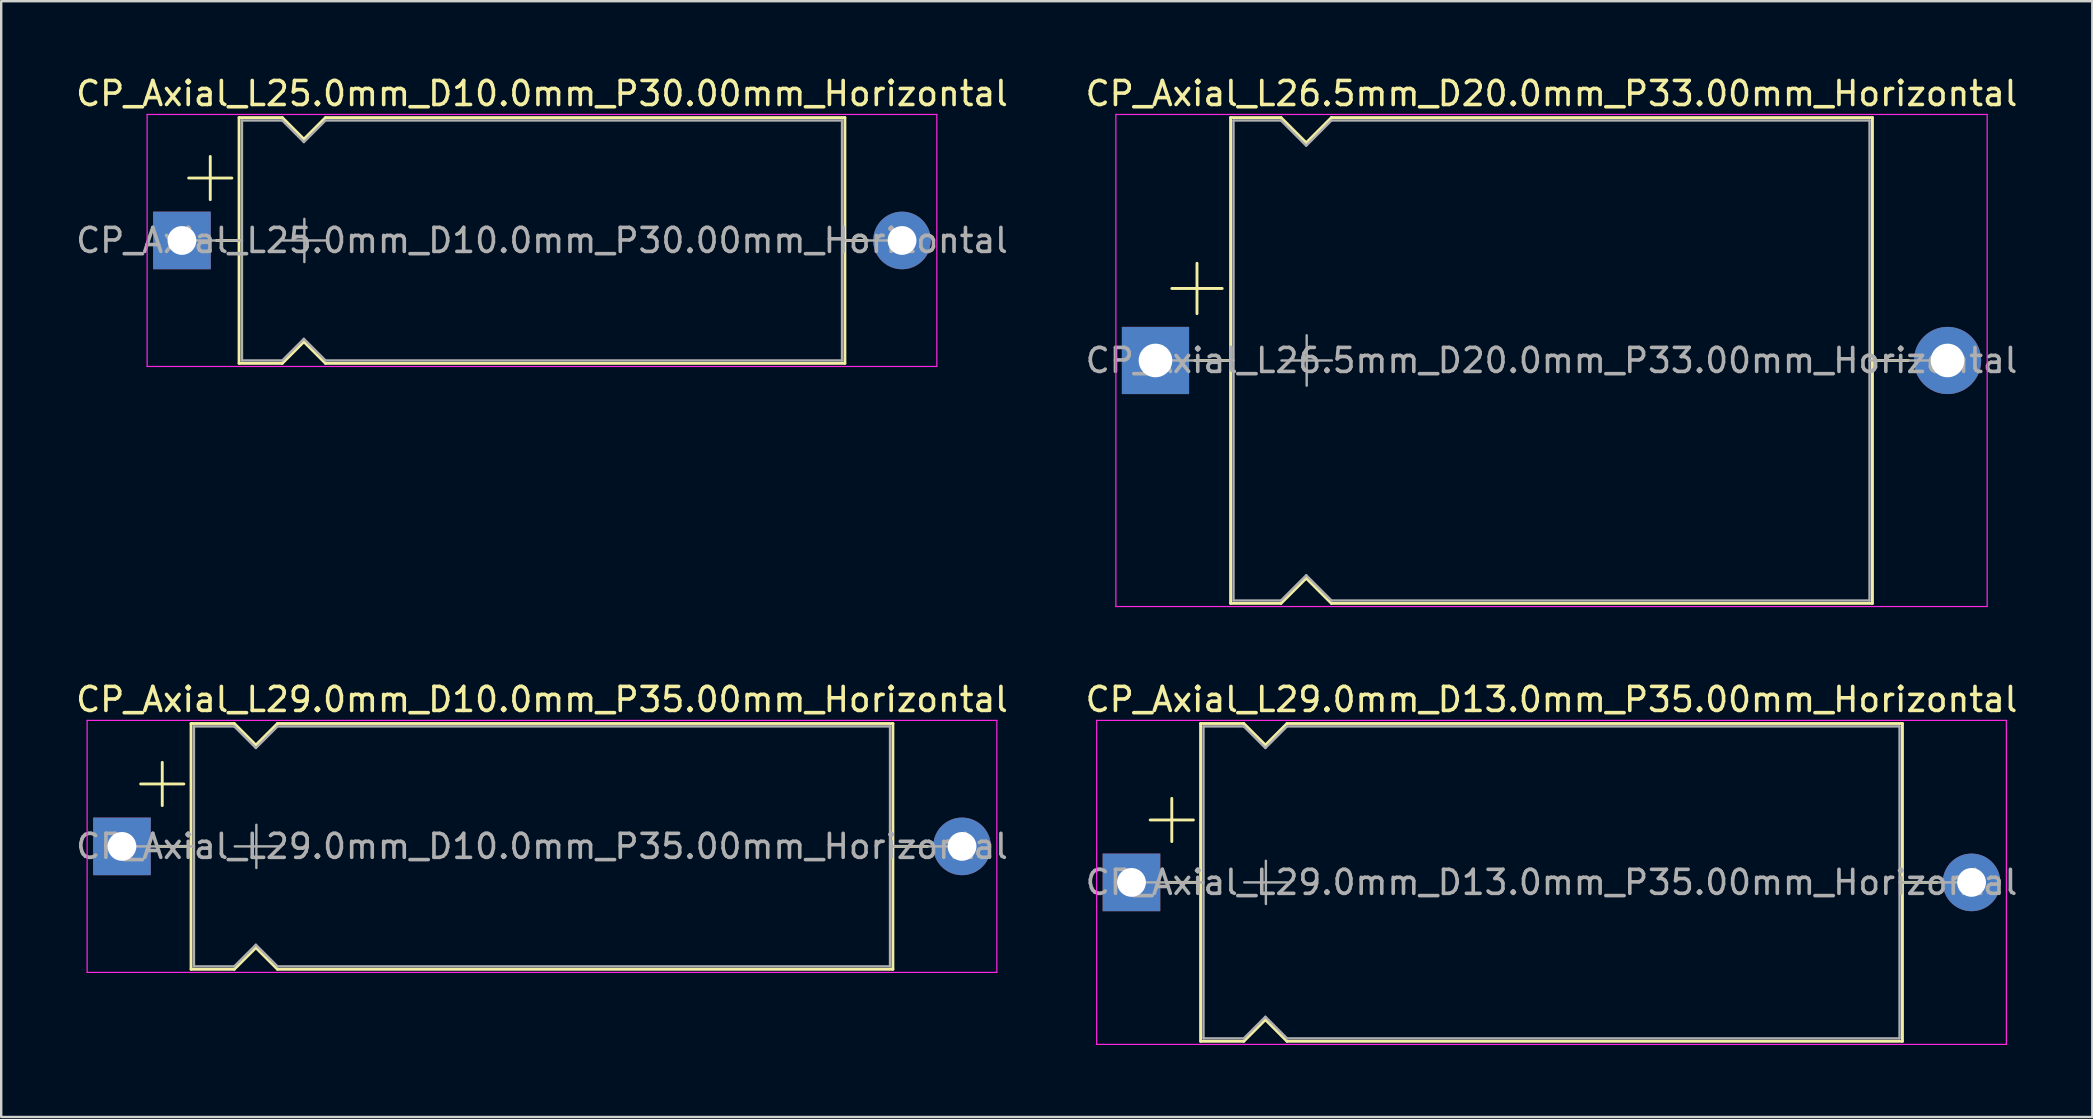
<source format=kicad_pcb>
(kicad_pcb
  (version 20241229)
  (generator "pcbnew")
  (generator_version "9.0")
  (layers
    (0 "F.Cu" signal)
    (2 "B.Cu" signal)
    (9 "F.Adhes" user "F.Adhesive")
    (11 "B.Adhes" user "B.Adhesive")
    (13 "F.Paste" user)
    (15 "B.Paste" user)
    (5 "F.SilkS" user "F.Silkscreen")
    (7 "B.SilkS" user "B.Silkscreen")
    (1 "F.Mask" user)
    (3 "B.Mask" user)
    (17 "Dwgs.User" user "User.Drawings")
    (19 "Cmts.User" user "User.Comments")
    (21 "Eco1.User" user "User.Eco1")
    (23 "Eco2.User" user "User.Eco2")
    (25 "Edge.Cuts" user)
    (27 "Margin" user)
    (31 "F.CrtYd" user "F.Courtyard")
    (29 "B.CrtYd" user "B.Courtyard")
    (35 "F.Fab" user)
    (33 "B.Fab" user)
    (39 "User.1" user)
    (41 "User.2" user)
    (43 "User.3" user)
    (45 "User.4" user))
  (footprint "CP_Axial_L29.0mm_D13.0mm_P35.00mm_Horizontal"
    (layer "F.Cu")
    (at 44.089 33.712)
    (property "Reference" "CP_Axial_L29.0mm_D13.0mm_P35.00mm_Horizontal" (at 17.5 -7.62 0) (layer "F.SilkS") (effects (font (size 1 1) (thickness 0.15))))
    (attr through_hole)
    (fp_line (start 0.78 -2.6) (end 2.58 -2.6) (stroke (width 0.12) (type solid)) (layer "F.SilkS"))
    (fp_line (start 1.44 0) (end 2.88 0) (stroke (width 0.12) (type solid)) (layer "F.SilkS"))
    (fp_line (start 1.68 -3.5) (end 1.68 -1.7) (stroke (width 0.12) (type solid)) (layer "F.SilkS"))
    (fp_line (start 2.88 -6.62) (end 2.88 6.62) (stroke (width 0.12) (type solid)) (layer "F.SilkS"))
    (fp_line (start 2.88 -6.62) (end 4.68 -6.62) (stroke (width 0.12) (type solid)) (layer "F.SilkS"))
    (fp_line (start 2.88 6.62) (end 4.68 6.62) (stroke (width 0.12) (type solid)) (layer "F.SilkS"))
    (fp_line (start 4.68 -6.62) (end 5.58 -5.72) (stroke (width 0.12) (type solid)) (layer "F.SilkS"))
    (fp_line (start 4.68 6.62) (end 5.58 5.72) (stroke (width 0.12) (type solid)) (layer "F.SilkS"))
    (fp_line (start 5.58 -5.72) (end 6.48 -6.62) (stroke (width 0.12) (type solid)) (layer "F.SilkS"))
    (fp_line (start 5.58 5.72) (end 6.48 6.62) (stroke (width 0.12) (type solid)) (layer "F.SilkS"))
    (fp_line (start 6.48 -6.62) (end 32.12 -6.62) (stroke (width 0.12) (type solid)) (layer "F.SilkS"))
    (fp_line (start 6.48 6.62) (end 32.12 6.62) (stroke (width 0.12) (type solid)) (layer "F.SilkS"))
    (fp_line (start 32.12 -6.62) (end 32.12 6.62) (stroke (width 0.12) (type solid)) (layer "F.SilkS"))
    (fp_line (start 33.56 0) (end 32.12 0) (stroke (width 0.12) (type solid)) (layer "F.SilkS"))
    (fp_line (start -1.45 -6.75) (end -1.45 6.75) (stroke (width 0.05) (type solid)) (layer "F.CrtYd"))
    (fp_line (start -1.45 6.75) (end 36.45 6.75) (stroke (width 0.05) (type solid)) (layer "F.CrtYd"))
    (fp_line (start 36.45 -6.75) (end -1.45 -6.75) (stroke (width 0.05) (type solid)) (layer "F.CrtYd"))
    (fp_line (start 36.45 6.75) (end 36.45 -6.75) (stroke (width 0.05) (type solid)) (layer "F.CrtYd"))
    (fp_line (start 0 0) (end 3 0) (stroke (width 0.1) (type solid)) (layer "F.Fab"))
    (fp_line (start 3 -6.5) (end 3 6.5) (stroke (width 0.1) (type solid)) (layer "F.Fab"))
    (fp_line (start 3 -6.5) (end 4.68 -6.5) (stroke (width 0.1) (type solid)) (layer "F.Fab"))
    (fp_line (start 3 6.5) (end 4.68 6.5) (stroke (width 0.1) (type solid)) (layer "F.Fab"))
    (fp_line (start 4.68 -6.5) (end 5.58 -5.6) (stroke (width 0.1) (type solid)) (layer "F.Fab"))
    (fp_line (start 4.68 6.5) (end 5.58 5.6) (stroke (width 0.1) (type solid)) (layer "F.Fab"))
    (fp_line (start 4.7 0) (end 6.5 0) (stroke (width 0.1) (type solid)) (layer "F.Fab"))
    (fp_line (start 5.58 -5.6) (end 6.48 -6.5) (stroke (width 0.1) (type solid)) (layer "F.Fab"))
    (fp_line (start 5.58 5.6) (end 6.48 6.5) (stroke (width 0.1) (type solid)) (layer "F.Fab"))
    (fp_line (start 5.6 -0.9) (end 5.6 0.9) (stroke (width 0.1) (type solid)) (layer "F.Fab"))
    (fp_line (start 6.48 -6.5) (end 32 -6.5) (stroke (width 0.1) (type solid)) (layer "F.Fab"))
    (fp_line (start 6.48 6.5) (end 32 6.5) (stroke (width 0.1) (type solid)) (layer "F.Fab"))
    (fp_line (start 32 -6.5) (end 32 6.5) (stroke (width 0.1) (type solid)) (layer "F.Fab"))
    (fp_line (start 35 0) (end 32 0) (stroke (width 0.1) (type solid)) (layer "F.Fab"))
    (fp_text user "${REFERENCE}" (at 17.5 0 0) (layer "F.Fab") (effects (font (size 1 1) (thickness 0.15))))
    (pad "1" thru_hole rect (at 0 0) (size 2.4 2.4) (drill 1.2) (layers "*.Cu" "*.Mask"))
    (pad "2" thru_hole oval (at 35 0) (size 2.4 2.4) (drill 1.2) (layers "*.Cu" "*.Mask")))
  (footprint "CP_Axial_L25.0mm_D10.0mm_P30.00mm_Horizontal"
    (layer "F.Cu")
    (at 4.53 6.968)
    (property "Reference" "CP_Axial_L25.0mm_D10.0mm_P30.00mm_Horizontal" (at 15 -6.12 0) (layer "F.SilkS") (effects (font (size 1 1) (thickness 0.15))))
    (attr through_hole)
    (fp_line (start 0.28 -2.6) (end 2.08 -2.6) (stroke (width 0.12) (type solid)) (layer "F.SilkS"))
    (fp_line (start 1.18 -3.5) (end 1.18 -1.7) (stroke (width 0.12) (type solid)) (layer "F.SilkS"))
    (fp_line (start 1.44 0) (end 2.38 0) (stroke (width 0.12) (type solid)) (layer "F.SilkS"))
    (fp_line (start 2.38 -5.12) (end 2.38 5.12) (stroke (width 0.12) (type solid)) (layer "F.SilkS"))
    (fp_line (start 2.38 -5.12) (end 4.18 -5.12) (stroke (width 0.12) (type solid)) (layer "F.SilkS"))
    (fp_line (start 2.38 5.12) (end 4.18 5.12) (stroke (width 0.12) (type solid)) (layer "F.SilkS"))
    (fp_line (start 4.18 -5.12) (end 5.08 -4.22) (stroke (width 0.12) (type solid)) (layer "F.SilkS"))
    (fp_line (start 4.18 5.12) (end 5.08 4.22) (stroke (width 0.12) (type solid)) (layer "F.SilkS"))
    (fp_line (start 5.08 -4.22) (end 5.98 -5.12) (stroke (width 0.12) (type solid)) (layer "F.SilkS"))
    (fp_line (start 5.08 4.22) (end 5.98 5.12) (stroke (width 0.12) (type solid)) (layer "F.SilkS"))
    (fp_line (start 5.98 -5.12) (end 27.62 -5.12) (stroke (width 0.12) (type solid)) (layer "F.SilkS"))
    (fp_line (start 5.98 5.12) (end 27.62 5.12) (stroke (width 0.12) (type solid)) (layer "F.SilkS"))
    (fp_line (start 27.62 -5.12) (end 27.62 5.12) (stroke (width 0.12) (type solid)) (layer "F.SilkS"))
    (fp_line (start 28.56 0) (end 27.62 0) (stroke (width 0.12) (type solid)) (layer "F.SilkS"))
    (fp_line (start -1.45 -5.25) (end -1.45 5.25) (stroke (width 0.05) (type solid)) (layer "F.CrtYd"))
    (fp_line (start -1.45 5.25) (end 31.45 5.25) (stroke (width 0.05) (type solid)) (layer "F.CrtYd"))
    (fp_line (start 31.45 -5.25) (end -1.45 -5.25) (stroke (width 0.05) (type solid)) (layer "F.CrtYd"))
    (fp_line (start 31.45 5.25) (end 31.45 -5.25) (stroke (width 0.05) (type solid)) (layer "F.CrtYd"))
    (fp_line (start 0 0) (end 2.5 0) (stroke (width 0.1) (type solid)) (layer "F.Fab"))
    (fp_line (start 2.5 -5) (end 2.5 5) (stroke (width 0.1) (type solid)) (layer "F.Fab"))
    (fp_line (start 2.5 -5) (end 4.18 -5) (stroke (width 0.1) (type solid)) (layer "F.Fab"))
    (fp_line (start 2.5 5) (end 4.18 5) (stroke (width 0.1) (type solid)) (layer "F.Fab"))
    (fp_line (start 4.18 -5) (end 5.08 -4.1) (stroke (width 0.1) (type solid)) (layer "F.Fab"))
    (fp_line (start 4.18 5) (end 5.08 4.1) (stroke (width 0.1) (type solid)) (layer "F.Fab"))
    (fp_line (start 4.2 0) (end 6 0) (stroke (width 0.1) (type solid)) (layer "F.Fab"))
    (fp_line (start 5.08 -4.1) (end 5.98 -5) (stroke (width 0.1) (type solid)) (layer "F.Fab"))
    (fp_line (start 5.08 4.1) (end 5.98 5) (stroke (width 0.1) (type solid)) (layer "F.Fab"))
    (fp_line (start 5.1 -0.9) (end 5.1 0.9) (stroke (width 0.1) (type solid)) (layer "F.Fab"))
    (fp_line (start 5.98 -5) (end 27.5 -5) (stroke (width 0.1) (type solid)) (layer "F.Fab"))
    (fp_line (start 5.98 5) (end 27.5 5) (stroke (width 0.1) (type solid)) (layer "F.Fab"))
    (fp_line (start 27.5 -5) (end 27.5 5) (stroke (width 0.1) (type solid)) (layer "F.Fab"))
    (fp_line (start 30 0) (end 27.5 0) (stroke (width 0.1) (type solid)) (layer "F.Fab"))
    (fp_text user "${REFERENCE}" (at 15 0 0) (layer "F.Fab") (effects (font (size 1 1) (thickness 0.15))))
    (pad "1" thru_hole rect (at 0 0) (size 2.4 2.4) (drill 1.2) (layers "*.Cu" "*.Mask"))
    (pad "2" thru_hole oval (at 30 0) (size 2.4 2.4) (drill 1.2) (layers "*.Cu" "*.Mask")))
  (footprint "CP_Axial_L26.5mm_D20.0mm_P33.00mm_Horizontal"
    (layer "F.Cu")
    (at 45.089 11.968)
    (property "Reference" "CP_Axial_L26.5mm_D20.0mm_P33.00mm_Horizontal" (at 16.5 -11.12 0) (layer "F.SilkS") (effects (font (size 1 1) (thickness 0.15))))
    (attr through_hole)
    (fp_line (start 0.68 -3) (end 2.78 -3) (stroke (width 0.12) (type solid)) (layer "F.SilkS"))
    (fp_line (start 1.64 0) (end 3.13 0) (stroke (width 0.12) (type solid)) (layer "F.SilkS"))
    (fp_line (start 1.73 -4.05) (end 1.73 -1.95) (stroke (width 0.12) (type solid)) (layer "F.SilkS"))
    (fp_line (start 3.13 -10.12) (end 3.13 10.12) (stroke (width 0.12) (type solid)) (layer "F.SilkS"))
    (fp_line (start 3.13 -10.12) (end 5.23 -10.12) (stroke (width 0.12) (type solid)) (layer "F.SilkS"))
    (fp_line (start 3.13 10.12) (end 5.23 10.12) (stroke (width 0.12) (type solid)) (layer "F.SilkS"))
    (fp_line (start 5.23 -10.12) (end 6.28 -9.07) (stroke (width 0.12) (type solid)) (layer "F.SilkS"))
    (fp_line (start 5.23 10.12) (end 6.28 9.07) (stroke (width 0.12) (type solid)) (layer "F.SilkS"))
    (fp_line (start 6.28 -9.07) (end 7.33 -10.12) (stroke (width 0.12) (type solid)) (layer "F.SilkS"))
    (fp_line (start 6.28 9.07) (end 7.33 10.12) (stroke (width 0.12) (type solid)) (layer "F.SilkS"))
    (fp_line (start 7.33 -10.12) (end 29.87 -10.12) (stroke (width 0.12) (type solid)) (layer "F.SilkS"))
    (fp_line (start 7.33 10.12) (end 29.87 10.12) (stroke (width 0.12) (type solid)) (layer "F.SilkS"))
    (fp_line (start 29.87 -10.12) (end 29.87 10.12) (stroke (width 0.12) (type solid)) (layer "F.SilkS"))
    (fp_line (start 31.36 0) (end 29.87 0) (stroke (width 0.12) (type solid)) (layer "F.SilkS"))
    (fp_line (start -1.65 -10.25) (end -1.65 10.25) (stroke (width 0.05) (type solid)) (layer "F.CrtYd"))
    (fp_line (start -1.65 10.25) (end 34.65 10.25) (stroke (width 0.05) (type solid)) (layer "F.CrtYd"))
    (fp_line (start 34.65 -10.25) (end -1.65 -10.25) (stroke (width 0.05) (type solid)) (layer "F.CrtYd"))
    (fp_line (start 34.65 10.25) (end 34.65 -10.25) (stroke (width 0.05) (type solid)) (layer "F.CrtYd"))
    (fp_line (start 0 0) (end 3.25 0) (stroke (width 0.1) (type solid)) (layer "F.Fab"))
    (fp_line (start 3.25 -10) (end 3.25 10) (stroke (width 0.1) (type solid)) (layer "F.Fab"))
    (fp_line (start 3.25 -10) (end 5.23 -10) (stroke (width 0.1) (type solid)) (layer "F.Fab"))
    (fp_line (start 3.25 10) (end 5.23 10) (stroke (width 0.1) (type solid)) (layer "F.Fab"))
    (fp_line (start 5.23 -10) (end 6.28 -8.95) (stroke (width 0.1) (type solid)) (layer "F.Fab"))
    (fp_line (start 5.23 10) (end 6.28 8.95) (stroke (width 0.1) (type solid)) (layer "F.Fab"))
    (fp_line (start 5.25 0) (end 7.35 0) (stroke (width 0.1) (type solid)) (layer "F.Fab"))
    (fp_line (start 6.28 -8.95) (end 7.33 -10) (stroke (width 0.1) (type solid)) (layer "F.Fab"))
    (fp_line (start 6.28 8.95) (end 7.33 10) (stroke (width 0.1) (type solid)) (layer "F.Fab"))
    (fp_line (start 6.3 -1.05) (end 6.3 1.05) (stroke (width 0.1) (type solid)) (layer "F.Fab"))
    (fp_line (start 7.33 -10) (end 29.75 -10) (stroke (width 0.1) (type solid)) (layer "F.Fab"))
    (fp_line (start 7.33 10) (end 29.75 10) (stroke (width 0.1) (type solid)) (layer "F.Fab"))
    (fp_line (start 29.75 -10) (end 29.75 10) (stroke (width 0.1) (type solid)) (layer "F.Fab"))
    (fp_line (start 33 0) (end 29.75 0) (stroke (width 0.1) (type solid)) (layer "F.Fab"))
    (fp_text user "${REFERENCE}" (at 16.5 0 0) (layer "F.Fab") (effects (font (size 1 1) (thickness 0.15))))
    (pad "1" thru_hole rect (at 0 0) (size 2.8 2.8) (drill 1.4) (layers "*.Cu" "*.Mask"))
    (pad "2" thru_hole oval (at 33 0) (size 2.8 2.8) (drill 1.4) (layers "*.Cu" "*.Mask")))
  (footprint "CP_Axial_L29.0mm_D10.0mm_P35.00mm_Horizontal"
    (layer "F.Cu")
    (at 2.03 32.212)
    (property "Reference" "CP_Axial_L29.0mm_D10.0mm_P35.00mm_Horizontal" (at 17.5 -6.12 0) (layer "F.SilkS") (effects (font (size 1 1) (thickness 0.15))))
    (attr through_hole)
    (fp_line (start 0.78 -2.6) (end 2.58 -2.6) (stroke (width 0.12) (type solid)) (layer "F.SilkS"))
    (fp_line (start 1.44 0) (end 2.88 0) (stroke (width 0.12) (type solid)) (layer "F.SilkS"))
    (fp_line (start 1.68 -3.5) (end 1.68 -1.7) (stroke (width 0.12) (type solid)) (layer "F.SilkS"))
    (fp_line (start 2.88 -5.12) (end 2.88 5.12) (stroke (width 0.12) (type solid)) (layer "F.SilkS"))
    (fp_line (start 2.88 -5.12) (end 4.68 -5.12) (stroke (width 0.12) (type solid)) (layer "F.SilkS"))
    (fp_line (start 2.88 5.12) (end 4.68 5.12) (stroke (width 0.12) (type solid)) (layer "F.SilkS"))
    (fp_line (start 4.68 -5.12) (end 5.58 -4.22) (stroke (width 0.12) (type solid)) (layer "F.SilkS"))
    (fp_line (start 4.68 5.12) (end 5.58 4.22) (stroke (width 0.12) (type solid)) (layer "F.SilkS"))
    (fp_line (start 5.58 -4.22) (end 6.48 -5.12) (stroke (width 0.12) (type solid)) (layer "F.SilkS"))
    (fp_line (start 5.58 4.22) (end 6.48 5.12) (stroke (width 0.12) (type solid)) (layer "F.SilkS"))
    (fp_line (start 6.48 -5.12) (end 32.12 -5.12) (stroke (width 0.12) (type solid)) (layer "F.SilkS"))
    (fp_line (start 6.48 5.12) (end 32.12 5.12) (stroke (width 0.12) (type solid)) (layer "F.SilkS"))
    (fp_line (start 32.12 -5.12) (end 32.12 5.12) (stroke (width 0.12) (type solid)) (layer "F.SilkS"))
    (fp_line (start 33.56 0) (end 32.12 0) (stroke (width 0.12) (type solid)) (layer "F.SilkS"))
    (fp_line (start -1.45 -5.25) (end -1.45 5.25) (stroke (width 0.05) (type solid)) (layer "F.CrtYd"))
    (fp_line (start -1.45 5.25) (end 36.45 5.25) (stroke (width 0.05) (type solid)) (layer "F.CrtYd"))
    (fp_line (start 36.45 -5.25) (end -1.45 -5.25) (stroke (width 0.05) (type solid)) (layer "F.CrtYd"))
    (fp_line (start 36.45 5.25) (end 36.45 -5.25) (stroke (width 0.05) (type solid)) (layer "F.CrtYd"))
    (fp_line (start 0 0) (end 3 0) (stroke (width 0.1) (type solid)) (layer "F.Fab"))
    (fp_line (start 3 -5) (end 3 5) (stroke (width 0.1) (type solid)) (layer "F.Fab"))
    (fp_line (start 3 -5) (end 4.68 -5) (stroke (width 0.1) (type solid)) (layer "F.Fab"))
    (fp_line (start 3 5) (end 4.68 5) (stroke (width 0.1) (type solid)) (layer "F.Fab"))
    (fp_line (start 4.68 -5) (end 5.58 -4.1) (stroke (width 0.1) (type solid)) (layer "F.Fab"))
    (fp_line (start 4.68 5) (end 5.58 4.1) (stroke (width 0.1) (type solid)) (layer "F.Fab"))
    (fp_line (start 4.7 0) (end 6.5 0) (stroke (width 0.1) (type solid)) (layer "F.Fab"))
    (fp_line (start 5.58 -4.1) (end 6.48 -5) (stroke (width 0.1) (type solid)) (layer "F.Fab"))
    (fp_line (start 5.58 4.1) (end 6.48 5) (stroke (width 0.1) (type solid)) (layer "F.Fab"))
    (fp_line (start 5.6 -0.9) (end 5.6 0.9) (stroke (width 0.1) (type solid)) (layer "F.Fab"))
    (fp_line (start 6.48 -5) (end 32 -5) (stroke (width 0.1) (type solid)) (layer "F.Fab"))
    (fp_line (start 6.48 5) (end 32 5) (stroke (width 0.1) (type solid)) (layer "F.Fab"))
    (fp_line (start 32 -5) (end 32 5) (stroke (width 0.1) (type solid)) (layer "F.Fab"))
    (fp_line (start 35 0) (end 32 0) (stroke (width 0.1) (type solid)) (layer "F.Fab"))
    (fp_text user "${REFERENCE}" (at 17.5 0 0) (layer "F.Fab") (effects (font (size 1 1) (thickness 0.15))))
    (pad "1" thru_hole rect (at 0 0) (size 2.4 2.4) (drill 1.2) (layers "*.Cu" "*.Mask"))
    (pad "2" thru_hole oval (at 35 0) (size 2.4 2.4) (drill 1.2) (layers "*.Cu" "*.Mask")))
  (gr_rect
    (start -3 -3)
    (end 84.119 43.486)
    (stroke (width 0.1) (type default))
    (fill no)
    (layer "Edge.Cuts")))
</source>
